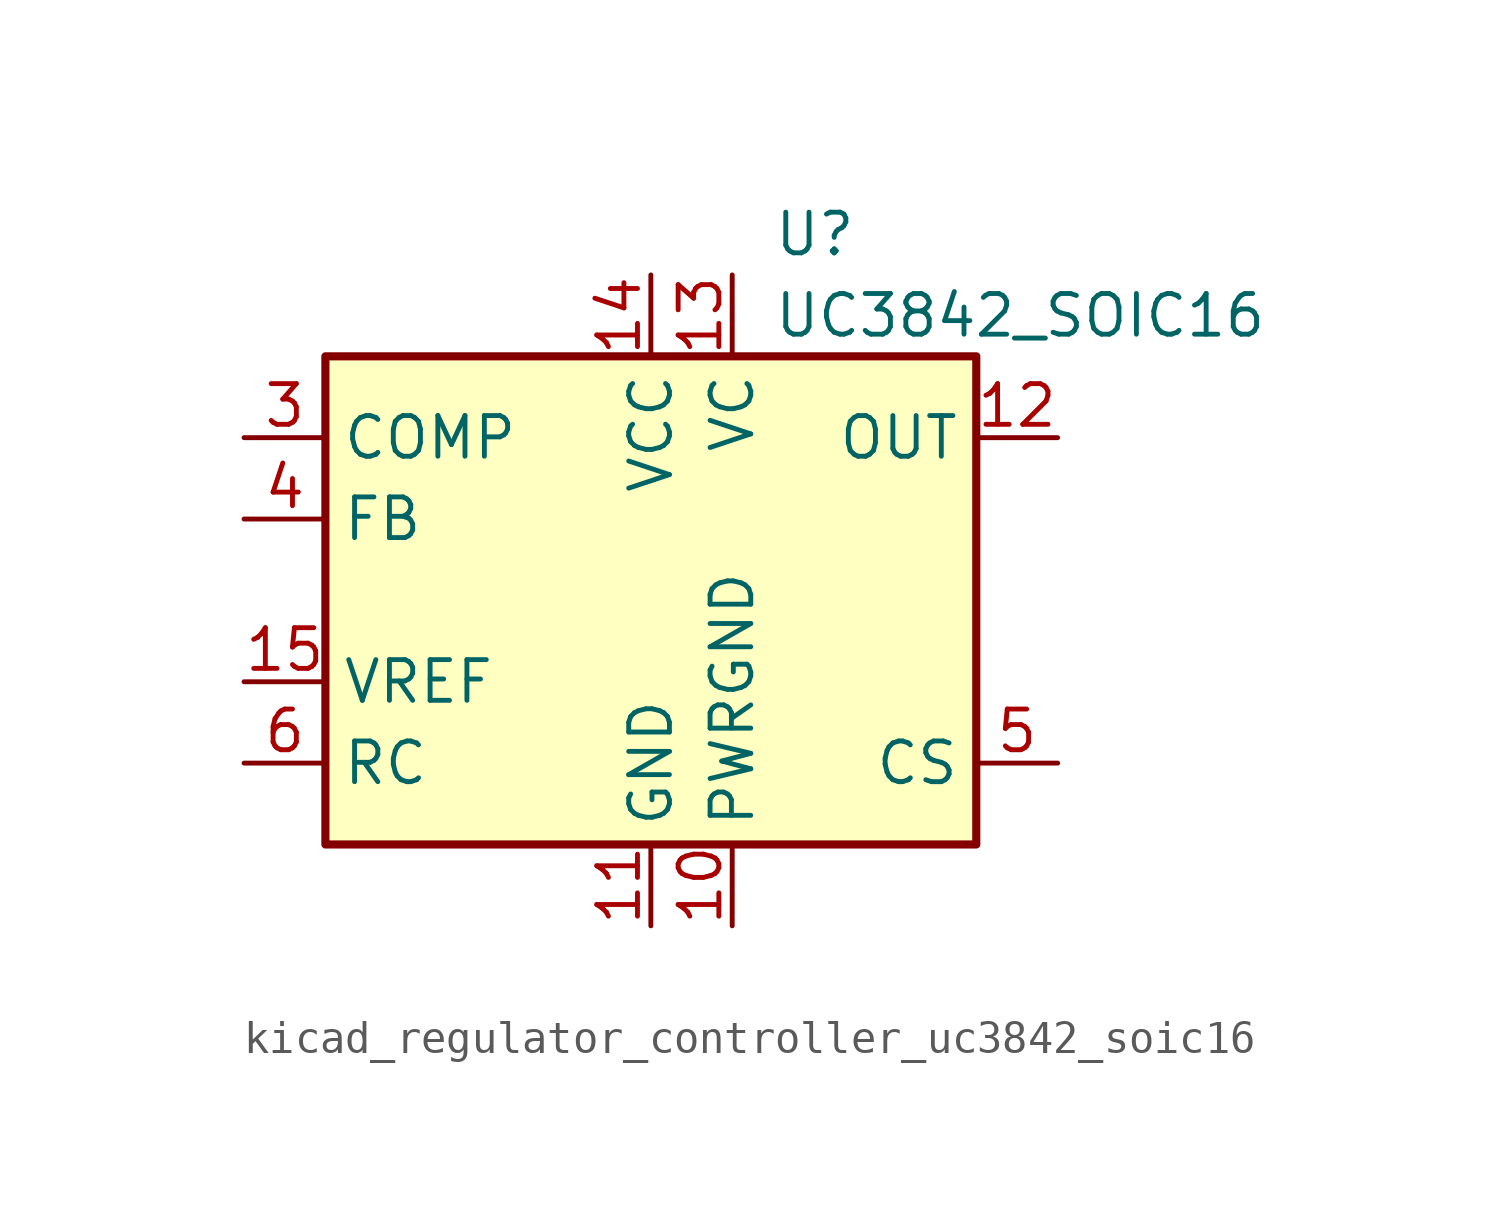
<source format=kicad_sym>
(kicad_symbol_lib
  (version 20220914)
  (generator kicad_symbol_editor)
  (symbol "kicad_regulator_controller_uc3842_soic16"
    (property "Reference" "U"
      (at 3.81 11.43 0)
      (effects (font (size 1.27 1.27)) (justify left)))
    (property "Value" "UC3842_SOIC16"
      (at 3.81 8.89 0)
      (effects (font (size 1.27 1.27)) (justify left)))
    (symbol "kicad_regulator_controller_uc3842_soic16_0_1"
      (rectangle (start -10.16 -7.62) (end 10.16 7.62) (stroke (width 0.254) (type default)) (fill (type background))))
    (symbol "kicad_regulator_controller_uc3842_soic16_1_1"
      (pin no_connect line (at -10.16 -7.62 90) (length 2.54) hide (name "NC" (effects (font (size 1.27 1.27)))) (number "1" (effects (font (size 1.27 1.27)))))
      (pin power_in line (at 2.54 -10.16 90) (length 2.54) (name "PWRGND" (effects (font (size 1.27 1.27)))) (number "10" (effects (font (size 1.27 1.27)))))
      (pin power_in line (at 0 -10.16 90) (length 2.54) (name "GND" (effects (font (size 1.27 1.27)))) (number "11" (effects (font (size 1.27 1.27)))))
      (pin output line (at 12.7 5.08 180) (length 2.54) (name "OUT" (effects (font (size 1.27 1.27)))) (number "12" (effects (font (size 1.27 1.27)))))
      (pin power_in line (at 2.54 10.16 270) (length 2.54) (name "VC" (effects (font (size 1.27 1.27)))) (number "13" (effects (font (size 1.27 1.27)))))
      (pin power_in line (at 0 10.16 270) (length 2.54) (name "VCC" (effects (font (size 1.27 1.27)))) (number "14" (effects (font (size 1.27 1.27)))))
      (pin power_out line (at -12.7 -2.54 0) (length 2.54) (name "VREF" (effects (font (size 1.27 1.27)))) (number "15" (effects (font (size 1.27 1.27)))))
      (pin no_connect line (at 7.62 -7.62 90) (length 2.54) hide (name "NC" (effects (font (size 1.27 1.27)))) (number "16" (effects (font (size 1.27 1.27)))))
      (pin no_connect line (at -7.62 -7.62 90) (length 2.54) hide (name "NC" (effects (font (size 1.27 1.27)))) (number "2" (effects (font (size 1.27 1.27)))))
      (pin passive line (at -12.7 5.08 0) (length 2.54) (name "COMP" (effects (font (size 1.27 1.27)))) (number "3" (effects (font (size 1.27 1.27)))))
      (pin input line (at -12.7 2.54 0) (length 2.54) (name "FB" (effects (font (size 1.27 1.27)))) (number "4" (effects (font (size 1.27 1.27)))))
      (pin input line (at 12.7 -5.08 180) (length 2.54) (name "CS" (effects (font (size 1.27 1.27)))) (number "5" (effects (font (size 1.27 1.27)))))
      (pin passive line (at -12.7 -5.08 0) (length 2.54) (name "RC" (effects (font (size 1.27 1.27)))) (number "6" (effects (font (size 1.27 1.27)))))
      (pin no_connect line (at -5.08 -7.62 90) (length 2.54) hide (name "NC" (effects (font (size 1.27 1.27)))) (number "7" (effects (font (size 1.27 1.27)))))
      (pin no_connect line (at -2.54 -7.62 90) (length 2.54) hide (name "NC" (effects (font (size 1.27 1.27)))) (number "8" (effects (font (size 1.27 1.27)))))
      (pin no_connect line (at 5.08 -7.62 90) (length 2.54) hide (name "NC" (effects (font (size 1.27 1.27)))) (number "9" (effects (font (size 1.27 1.27))))))))
</source>
